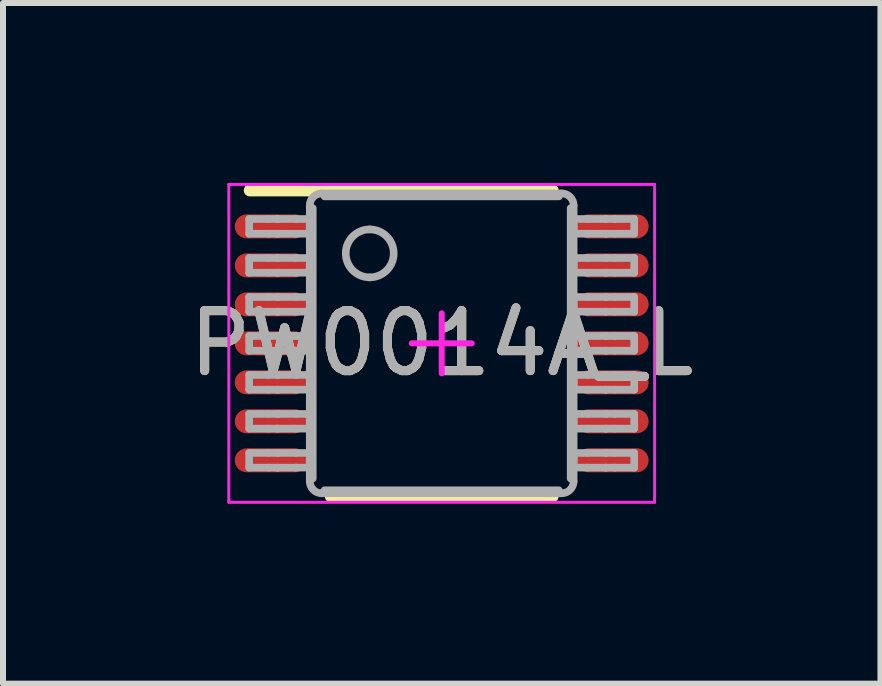
<source format=kicad_pcb>
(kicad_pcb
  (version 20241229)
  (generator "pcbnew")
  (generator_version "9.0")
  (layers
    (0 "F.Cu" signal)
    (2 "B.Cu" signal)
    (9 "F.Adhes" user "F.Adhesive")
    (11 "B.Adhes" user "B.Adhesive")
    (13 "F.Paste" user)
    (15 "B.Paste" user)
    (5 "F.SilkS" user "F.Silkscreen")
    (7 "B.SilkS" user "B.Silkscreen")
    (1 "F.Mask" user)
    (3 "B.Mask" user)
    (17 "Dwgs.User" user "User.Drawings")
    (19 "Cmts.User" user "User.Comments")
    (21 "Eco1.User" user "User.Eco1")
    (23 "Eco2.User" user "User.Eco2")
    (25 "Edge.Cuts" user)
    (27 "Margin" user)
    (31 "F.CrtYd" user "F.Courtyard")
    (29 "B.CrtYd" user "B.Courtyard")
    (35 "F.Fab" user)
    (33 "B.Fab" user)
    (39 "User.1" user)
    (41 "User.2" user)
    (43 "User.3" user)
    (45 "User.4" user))
  (footprint "PW0014A_L"
    (layer "F.Cu")
    (at 4.315 2.675)
    (property "Reference" "PW0014A_L" (at 0 0 0) (unlocked yes) (layer "F.SilkS") (effects (font (size 1 1) (thickness 0.15))))
    (attr smd)
    (fp_line (start -3.2 -2.55) (end 1.85 -2.55) (stroke (width 0.2) (type solid)) (layer "F.SilkS"))
    (fp_line (start -1.85 2.55) (end 1.85 2.55) (stroke (width 0.2) (type solid)) (layer "F.SilkS"))
    (fp_line (start -3.55 -2.65) (end 3.55 -2.65) (stroke (width 0.05) (type solid)) (layer "F.CrtYd"))
    (fp_line (start -3.55 2.65) (end -3.55 -2.65) (stroke (width 0.05) (type solid)) (layer "F.CrtYd"))
    (fp_line (start -3.55 2.65) (end 3.55 2.65) (stroke (width 0.05) (type solid)) (layer "F.CrtYd"))
    (fp_line (start -0.5 0) (end 0.5 0) (stroke (width 0.1) (type solid)) (layer "F.CrtYd"))
    (fp_line (start 0 0.5) (end 0 -0.5) (stroke (width 0.1) (type solid)) (layer "F.CrtYd"))
    (fp_line (start 3.55 2.65) (end 3.55 -2.65) (stroke (width 0.05) (type solid)) (layer "F.CrtYd"))
    (fp_line (start -3.21 -2.073) (end -2.887 -2.073) (stroke (width 0.127) (type solid)) (layer "F.Fab"))
    (fp_line (start -3.21 -1.828) (end -3.21 -2.073) (stroke (width 0.127) (type solid)) (layer "F.Fab"))
    (fp_line (start -3.21 -1.828) (end -2.887 -1.828) (stroke (width 0.127) (type solid)) (layer "F.Fab"))
    (fp_line (start -3.21 -1.423) (end -2.887 -1.423) (stroke (width 0.127) (type solid)) (layer "F.Fab"))
    (fp_line (start -3.21 -1.178) (end -3.21 -1.423) (stroke (width 0.127) (type solid)) (layer "F.Fab"))
    (fp_line (start -3.21 -1.178) (end -2.887 -1.178) (stroke (width 0.127) (type solid)) (layer "F.Fab"))
    (fp_line (start -3.21 -0.773) (end -2.887 -0.773) (stroke (width 0.127) (type solid)) (layer "F.Fab"))
    (fp_line (start -3.21 -0.528) (end -3.21 -0.773) (stroke (width 0.127) (type solid)) (layer "F.Fab"))
    (fp_line (start -3.21 -0.528) (end -2.887 -0.528) (stroke (width 0.127) (type solid)) (layer "F.Fab"))
    (fp_line (start -3.21 -0.123) (end -2.887 -0.123) (stroke (width 0.127) (type solid)) (layer "F.Fab"))
    (fp_line (start -3.21 0.122) (end -3.21 -0.123) (stroke (width 0.127) (type solid)) (layer "F.Fab"))
    (fp_line (start -3.21 0.122) (end -2.887 0.122) (stroke (width 0.127) (type solid)) (layer "F.Fab"))
    (fp_line (start -3.21 0.527) (end -2.887 0.527) (stroke (width 0.127) (type solid)) (layer "F.Fab"))
    (fp_line (start -3.21 0.772) (end -3.21 0.527) (stroke (width 0.127) (type solid)) (layer "F.Fab"))
    (fp_line (start -3.21 0.772) (end -2.887 0.772) (stroke (width 0.127) (type solid)) (layer "F.Fab"))
    (fp_line (start -3.21 1.177) (end -2.887 1.177) (stroke (width 0.127) (type solid)) (layer "F.Fab"))
    (fp_line (start -3.21 1.422) (end -3.21 1.177) (stroke (width 0.127) (type solid)) (layer "F.Fab"))
    (fp_line (start -3.21 1.422) (end -2.887 1.422) (stroke (width 0.127) (type solid)) (layer "F.Fab"))
    (fp_line (start -3.21 1.827) (end -2.887 1.827) (stroke (width 0.127) (type solid)) (layer "F.Fab"))
    (fp_line (start -3.21 2.072) (end -3.21 1.827) (stroke (width 0.127) (type solid)) (layer "F.Fab"))
    (fp_line (start -3.21 2.072) (end -2.887 2.072) (stroke (width 0.127) (type solid)) (layer "F.Fab"))
    (fp_line (start -2.887 -2.073) (end -2.739 -2.073) (stroke (width 0.127) (type solid)) (layer "F.Fab"))
    (fp_line (start -2.887 -1.828) (end -2.739 -1.828) (stroke (width 0.127) (type solid)) (layer "F.Fab"))
    (fp_line (start -2.887 -1.423) (end -2.739 -1.423) (stroke (width 0.127) (type solid)) (layer "F.Fab"))
    (fp_line (start -2.887 -1.178) (end -2.739 -1.178) (stroke (width 0.127) (type solid)) (layer "F.Fab"))
    (fp_line (start -2.887 -0.773) (end -2.739 -0.773) (stroke (width 0.127) (type solid)) (layer "F.Fab"))
    (fp_line (start -2.887 -0.528) (end -2.739 -0.528) (stroke (width 0.127) (type solid)) (layer "F.Fab"))
    (fp_line (start -2.887 -0.123) (end -2.739 -0.123) (stroke (width 0.127) (type solid)) (layer "F.Fab"))
    (fp_line (start -2.887 0.122) (end -2.739 0.122) (stroke (width 0.127) (type solid)) (layer "F.Fab"))
    (fp_line (start -2.887 0.527) (end -2.739 0.527) (stroke (width 0.127) (type solid)) (layer "F.Fab"))
    (fp_line (start -2.887 0.772) (end -2.739 0.772) (stroke (width 0.127) (type solid)) (layer "F.Fab"))
    (fp_line (start -2.887 1.177) (end -2.739 1.177) (stroke (width 0.127) (type solid)) (layer "F.Fab"))
    (fp_line (start -2.887 1.422) (end -2.739 1.422) (stroke (width 0.127) (type solid)) (layer "F.Fab"))
    (fp_line (start -2.887 1.827) (end -2.739 1.827) (stroke (width 0.127) (type solid)) (layer "F.Fab"))
    (fp_line (start -2.887 2.072) (end -2.739 2.072) (stroke (width 0.127) (type solid)) (layer "F.Fab"))
    (fp_line (start -2.739 -2.073) (end -2.733 -2.073) (stroke (width 0.127) (type solid)) (layer "F.Fab"))
    (fp_line (start -2.739 -1.828) (end -2.733 -1.828) (stroke (width 0.127) (type solid)) (layer "F.Fab"))
    (fp_line (start -2.739 -1.423) (end -2.733 -1.423) (stroke (width 0.127) (type solid)) (layer "F.Fab"))
    (fp_line (start -2.739 -1.178) (end -2.733 -1.178) (stroke (width 0.127) (type solid)) (layer "F.Fab"))
    (fp_line (start -2.739 -0.773) (end -2.733 -0.773) (stroke (width 0.127) (type solid)) (layer "F.Fab"))
    (fp_line (start -2.739 -0.528) (end -2.733 -0.528) (stroke (width 0.127) (type solid)) (layer "F.Fab"))
    (fp_line (start -2.739 -0.123) (end -2.733 -0.123) (stroke (width 0.127) (type solid)) (layer "F.Fab"))
    (fp_line (start -2.739 0.122) (end -2.733 0.122) (stroke (width 0.127) (type solid)) (layer "F.Fab"))
    (fp_line (start -2.739 0.527) (end -2.733 0.527) (stroke (width 0.127) (type solid)) (layer "F.Fab"))
    (fp_line (start -2.739 0.772) (end -2.733 0.772) (stroke (width 0.127) (type solid)) (layer "F.Fab"))
    (fp_line (start -2.739 1.177) (end -2.733 1.177) (stroke (width 0.127) (type solid)) (layer "F.Fab"))
    (fp_line (start -2.739 1.422) (end -2.733 1.422) (stroke (width 0.127) (type solid)) (layer "F.Fab"))
    (fp_line (start -2.739 1.827) (end -2.733 1.827) (stroke (width 0.127) (type solid)) (layer "F.Fab"))
    (fp_line (start -2.739 2.072) (end -2.733 2.072) (stroke (width 0.127) (type solid)) (layer "F.Fab"))
    (fp_line (start -2.733 -2.073) (end -2.431 -2.073) (stroke (width 0.127) (type solid)) (layer "F.Fab"))
    (fp_line (start -2.733 -1.828) (end -2.431 -1.828) (stroke (width 0.127) (type solid)) (layer "F.Fab"))
    (fp_line (start -2.733 -1.423) (end -2.431 -1.423) (stroke (width 0.127) (type solid)) (layer "F.Fab"))
    (fp_line (start -2.733 -1.178) (end -2.431 -1.178) (stroke (width 0.127) (type solid)) (layer "F.Fab"))
    (fp_line (start -2.733 -0.773) (end -2.431 -0.773) (stroke (width 0.127) (type solid)) (layer "F.Fab"))
    (fp_line (start -2.733 -0.528) (end -2.431 -0.528) (stroke (width 0.127) (type solid)) (layer "F.Fab"))
    (fp_line (start -2.733 -0.123) (end -2.431 -0.123) (stroke (width 0.127) (type solid)) (layer "F.Fab"))
    (fp_line (start -2.733 0.122) (end -2.431 0.122) (stroke (width 0.127) (type solid)) (layer "F.Fab"))
    (fp_line (start -2.733 0.527) (end -2.431 0.527) (stroke (width 0.127) (type solid)) (layer "F.Fab"))
    (fp_line (start -2.733 0.772) (end -2.431 0.772) (stroke (width 0.127) (type solid)) (layer "F.Fab"))
    (fp_line (start -2.733 1.177) (end -2.431 1.177) (stroke (width 0.127) (type solid)) (layer "F.Fab"))
    (fp_line (start -2.733 1.422) (end -2.431 1.422) (stroke (width 0.127) (type solid)) (layer "F.Fab"))
    (fp_line (start -2.733 1.827) (end -2.431 1.827) (stroke (width 0.127) (type solid)) (layer "F.Fab"))
    (fp_line (start -2.733 2.072) (end -2.431 2.072) (stroke (width 0.127) (type solid)) (layer "F.Fab"))
    (fp_line (start -2.431 -2.073) (end -2.2 -2.073) (stroke (width 0.127) (type solid)) (layer "F.Fab"))
    (fp_line (start -2.431 -1.828) (end -2.2 -1.828) (stroke (width 0.127) (type solid)) (layer "F.Fab"))
    (fp_line (start -2.431 -1.423) (end -2.2 -1.423) (stroke (width 0.127) (type solid)) (layer "F.Fab"))
    (fp_line (start -2.431 -1.178) (end -2.2 -1.178) (stroke (width 0.127) (type solid)) (layer "F.Fab"))
    (fp_line (start -2.431 -0.773) (end -2.2 -0.773) (stroke (width 0.127) (type solid)) (layer "F.Fab"))
    (fp_line (start -2.431 -0.528) (end -2.2 -0.528) (stroke (width 0.127) (type solid)) (layer "F.Fab"))
    (fp_line (start -2.431 -0.123) (end -2.2 -0.123) (stroke (width 0.127) (type solid)) (layer "F.Fab"))
    (fp_line (start -2.431 0.122) (end -2.2 0.122) (stroke (width 0.127) (type solid)) (layer "F.Fab"))
    (fp_line (start -2.431 0.527) (end -2.2 0.527) (stroke (width 0.127) (type solid)) (layer "F.Fab"))
    (fp_line (start -2.431 0.772) (end -2.2 0.772) (stroke (width 0.127) (type solid)) (layer "F.Fab"))
    (fp_line (start -2.431 1.177) (end -2.2 1.177) (stroke (width 0.127) (type solid)) (layer "F.Fab"))
    (fp_line (start -2.431 1.422) (end -2.2 1.422) (stroke (width 0.127) (type solid)) (layer "F.Fab"))
    (fp_line (start -2.431 1.827) (end -2.2 1.827) (stroke (width 0.127) (type solid)) (layer "F.Fab"))
    (fp_line (start -2.431 2.072) (end -2.2 2.072) (stroke (width 0.127) (type solid)) (layer "F.Fab"))
    (fp_line (start -2.2 -1.828) (end -2.2 -2.073) (stroke (width 0.127) (type solid)) (layer "F.Fab"))
    (fp_line (start -2.2 -1.178) (end -2.2 -1.423) (stroke (width 0.127) (type solid)) (layer "F.Fab"))
    (fp_line (start -2.2 -0.528) (end -2.2 -0.773) (stroke (width 0.127) (type solid)) (layer "F.Fab"))
    (fp_line (start -2.2 0.122) (end -2.2 -0.123) (stroke (width 0.127) (type solid)) (layer "F.Fab"))
    (fp_line (start -2.2 0.772) (end -2.2 0.527) (stroke (width 0.127) (type solid)) (layer "F.Fab"))
    (fp_line (start -2.2 1.422) (end -2.2 1.177) (stroke (width 0.127) (type solid)) (layer "F.Fab"))
    (fp_line (start -2.2 2.072) (end -2.2 1.827) (stroke (width 0.127) (type solid)) (layer "F.Fab"))
    (fp_line (start -2.2 2.3) (end -2.2 -2.3) (stroke (width 0.127) (type solid)) (layer "F.Fab"))
    (fp_line (start -2.15 2.254) (end -2.15 -2.254) (stroke (width 0.127) (type solid)) (layer "F.Fab"))
    (fp_line (start -2 -2.5) (end 2 -2.5) (stroke (width 0.127) (type solid)) (layer "F.Fab"))
    (fp_line (start -2 2.5) (end 2 2.5) (stroke (width 0.127) (type solid)) (layer "F.Fab"))
    (fp_line (start -1.954 -2.45) (end 1.954 -2.45) (stroke (width 0.127) (type solid)) (layer "F.Fab"))
    (fp_line (start -1.954 2.45) (end 1.954 2.45) (stroke (width 0.127) (type solid)) (layer "F.Fab"))
    (fp_line (start 2.15 2.254) (end 2.15 -2.254) (stroke (width 0.127) (type solid)) (layer "F.Fab"))
    (fp_line (start 2.2 -2.073) (end 2.43 -2.073) (stroke (width 0.127) (type solid)) (layer "F.Fab"))
    (fp_line (start 2.2 -1.828) (end 2.2 -2.073) (stroke (width 0.127) (type solid)) (layer "F.Fab"))
    (fp_line (start 2.2 -1.828) (end 2.43 -1.828) (stroke (width 0.127) (type solid)) (layer "F.Fab"))
    (fp_line (start 2.2 -1.423) (end 2.43 -1.423) (stroke (width 0.127) (type solid)) (layer "F.Fab"))
    (fp_line (start 2.2 -1.178) (end 2.2 -1.423) (stroke (width 0.127) (type solid)) (layer "F.Fab"))
    (fp_line (start 2.2 -1.178) (end 2.43 -1.178) (stroke (width 0.127) (type solid)) (layer "F.Fab"))
    (fp_line (start 2.2 -0.773) (end 2.43 -0.773) (stroke (width 0.127) (type solid)) (layer "F.Fab"))
    (fp_line (start 2.2 -0.528) (end 2.2 -0.773) (stroke (width 0.127) (type solid)) (layer "F.Fab"))
    (fp_line (start 2.2 -0.528) (end 2.43 -0.528) (stroke (width 0.127) (type solid)) (layer "F.Fab"))
    (fp_line (start 2.2 -0.123) (end 2.43 -0.123) (stroke (width 0.127) (type solid)) (layer "F.Fab"))
    (fp_line (start 2.2 0.122) (end 2.2 -0.123) (stroke (width 0.127) (type solid)) (layer "F.Fab"))
    (fp_line (start 2.2 0.122) (end 2.43 0.122) (stroke (width 0.127) (type solid)) (layer "F.Fab"))
    (fp_line (start 2.2 0.527) (end 2.43 0.527) (stroke (width 0.127) (type solid)) (layer "F.Fab"))
    (fp_line (start 2.2 0.772) (end 2.2 0.527) (stroke (width 0.127) (type solid)) (layer "F.Fab"))
    (fp_line (start 2.2 0.772) (end 2.43 0.772) (stroke (width 0.127) (type solid)) (layer "F.Fab"))
    (fp_line (start 2.2 1.177) (end 2.43 1.177) (stroke (width 0.127) (type solid)) (layer "F.Fab"))
    (fp_line (start 2.2 1.422) (end 2.2 1.177) (stroke (width 0.127) (type solid)) (layer "F.Fab"))
    (fp_line (start 2.2 1.422) (end 2.43 1.422) (stroke (width 0.127) (type solid)) (layer "F.Fab"))
    (fp_line (start 2.2 1.827) (end 2.43 1.827) (stroke (width 0.127) (type solid)) (layer "F.Fab"))
    (fp_line (start 2.2 2.072) (end 2.2 1.827) (stroke (width 0.127) (type solid)) (layer "F.Fab"))
    (fp_line (start 2.2 2.072) (end 2.43 2.072) (stroke (width 0.127) (type solid)) (layer "F.Fab"))
    (fp_line (start 2.2 2.3) (end 2.2 -2.3) (stroke (width 0.127) (type solid)) (layer "F.Fab"))
    (fp_line (start 2.43 -2.073) (end 2.733 -2.073) (stroke (width 0.127) (type solid)) (layer "F.Fab"))
    (fp_line (start 2.43 -1.828) (end 2.733 -1.828) (stroke (width 0.127) (type solid)) (layer "F.Fab"))
    (fp_line (start 2.43 -1.423) (end 2.733 -1.423) (stroke (width 0.127) (type solid)) (layer "F.Fab"))
    (fp_line (start 2.43 -1.178) (end 2.733 -1.178) (stroke (width 0.127) (type solid)) (layer "F.Fab"))
    (fp_line (start 2.43 -0.773) (end 2.733 -0.773) (stroke (width 0.127) (type solid)) (layer "F.Fab"))
    (fp_line (start 2.43 -0.528) (end 2.733 -0.528) (stroke (width 0.127) (type solid)) (layer "F.Fab"))
    (fp_line (start 2.43 -0.123) (end 2.733 -0.123) (stroke (width 0.127) (type solid)) (layer "F.Fab"))
    (fp_line (start 2.43 0.122) (end 2.733 0.122) (stroke (width 0.127) (type solid)) (layer "F.Fab"))
    (fp_line (start 2.43 0.527) (end 2.733 0.527) (stroke (width 0.127) (type solid)) (layer "F.Fab"))
    (fp_line (start 2.43 0.772) (end 2.733 0.772) (stroke (width 0.127) (type solid)) (layer "F.Fab"))
    (fp_line (start 2.43 1.177) (end 2.733 1.177) (stroke (width 0.127) (type solid)) (layer "F.Fab"))
    (fp_line (start 2.43 1.422) (end 2.733 1.422) (stroke (width 0.127) (type solid)) (layer "F.Fab"))
    (fp_line (start 2.43 1.827) (end 2.733 1.827) (stroke (width 0.127) (type solid)) (layer "F.Fab"))
    (fp_line (start 2.43 2.072) (end 2.733 2.072) (stroke (width 0.127) (type solid)) (layer "F.Fab"))
    (fp_line (start 2.733 -2.073) (end 2.739 -2.073) (stroke (width 0.127) (type solid)) (layer "F.Fab"))
    (fp_line (start 2.733 -1.828) (end 2.739 -1.828) (stroke (width 0.127) (type solid)) (layer "F.Fab"))
    (fp_line (start 2.733 -1.423) (end 2.739 -1.423) (stroke (width 0.127) (type solid)) (layer "F.Fab"))
    (fp_line (start 2.733 -1.178) (end 2.739 -1.178) (stroke (width 0.127) (type solid)) (layer "F.Fab"))
    (fp_line (start 2.733 -0.773) (end 2.739 -0.773) (stroke (width 0.127) (type solid)) (layer "F.Fab"))
    (fp_line (start 2.733 -0.528) (end 2.739 -0.528) (stroke (width 0.127) (type solid)) (layer "F.Fab"))
    (fp_line (start 2.733 -0.123) (end 2.739 -0.123) (stroke (width 0.127) (type solid)) (layer "F.Fab"))
    (fp_line (start 2.733 0.122) (end 2.739 0.122) (stroke (width 0.127) (type solid)) (layer "F.Fab"))
    (fp_line (start 2.733 0.527) (end 2.739 0.527) (stroke (width 0.127) (type solid)) (layer "F.Fab"))
    (fp_line (start 2.733 0.772) (end 2.739 0.772) (stroke (width 0.127) (type solid)) (layer "F.Fab"))
    (fp_line (start 2.733 1.177) (end 2.739 1.177) (stroke (width 0.127) (type solid)) (layer "F.Fab"))
    (fp_line (start 2.733 1.422) (end 2.739 1.422) (stroke (width 0.127) (type solid)) (layer "F.Fab"))
    (fp_line (start 2.733 1.827) (end 2.739 1.827) (stroke (width 0.127) (type solid)) (layer "F.Fab"))
    (fp_line (start 2.733 2.072) (end 2.739 2.072) (stroke (width 0.127) (type solid)) (layer "F.Fab"))
    (fp_line (start 2.739 -2.073) (end 2.887 -2.073) (stroke (width 0.127) (type solid)) (layer "F.Fab"))
    (fp_line (start 2.739 -1.828) (end 2.887 -1.828) (stroke (width 0.127) (type solid)) (layer "F.Fab"))
    (fp_line (start 2.739 -1.423) (end 2.887 -1.423) (stroke (width 0.127) (type solid)) (layer "F.Fab"))
    (fp_line (start 2.739 -1.178) (end 2.887 -1.178) (stroke (width 0.127) (type solid)) (layer "F.Fab"))
    (fp_line (start 2.739 -0.773) (end 2.887 -0.773) (stroke (width 0.127) (type solid)) (layer "F.Fab"))
    (fp_line (start 2.739 -0.528) (end 2.887 -0.528) (stroke (width 0.127) (type solid)) (layer "F.Fab"))
    (fp_line (start 2.739 -0.123) (end 2.887 -0.123) (stroke (width 0.127) (type solid)) (layer "F.Fab"))
    (fp_line (start 2.739 0.122) (end 2.887 0.122) (stroke (width 0.127) (type solid)) (layer "F.Fab"))
    (fp_line (start 2.739 0.527) (end 2.887 0.527) (stroke (width 0.127) (type solid)) (layer "F.Fab"))
    (fp_line (start 2.739 0.772) (end 2.887 0.772) (stroke (width 0.127) (type solid)) (layer "F.Fab"))
    (fp_line (start 2.739 1.177) (end 2.887 1.177) (stroke (width 0.127) (type solid)) (layer "F.Fab"))
    (fp_line (start 2.739 1.422) (end 2.887 1.422) (stroke (width 0.127) (type solid)) (layer "F.Fab"))
    (fp_line (start 2.739 1.827) (end 2.887 1.827) (stroke (width 0.127) (type solid)) (layer "F.Fab"))
    (fp_line (start 2.739 2.072) (end 2.887 2.072) (stroke (width 0.127) (type solid)) (layer "F.Fab"))
    (fp_line (start 2.887 -2.073) (end 3.21 -2.073) (stroke (width 0.127) (type solid)) (layer "F.Fab"))
    (fp_line (start 2.887 -1.828) (end 3.21 -1.828) (stroke (width 0.127) (type solid)) (layer "F.Fab"))
    (fp_line (start 2.887 -1.423) (end 3.21 -1.423) (stroke (width 0.127) (type solid)) (layer "F.Fab"))
    (fp_line (start 2.887 -1.178) (end 3.21 -1.178) (stroke (width 0.127) (type solid)) (layer "F.Fab"))
    (fp_line (start 2.887 -0.773) (end 3.21 -0.773) (stroke (width 0.127) (type solid)) (layer "F.Fab"))
    (fp_line (start 2.887 -0.528) (end 3.21 -0.528) (stroke (width 0.127) (type solid)) (layer "F.Fab"))
    (fp_line (start 2.887 -0.123) (end 3.21 -0.123) (stroke (width 0.127) (type solid)) (layer "F.Fab"))
    (fp_line (start 2.887 0.122) (end 3.21 0.122) (stroke (width 0.127) (type solid)) (layer "F.Fab"))
    (fp_line (start 2.887 0.527) (end 3.21 0.527) (stroke (width 0.127) (type solid)) (layer "F.Fab"))
    (fp_line (start 2.887 0.772) (end 3.21 0.772) (stroke (width 0.127) (type solid)) (layer "F.Fab"))
    (fp_line (start 2.887 1.177) (end 3.21 1.177) (stroke (width 0.127) (type solid)) (layer "F.Fab"))
    (fp_line (start 2.887 1.422) (end 3.21 1.422) (stroke (width 0.127) (type solid)) (layer "F.Fab"))
    (fp_line (start 2.887 1.827) (end 3.21 1.827) (stroke (width 0.127) (type solid)) (layer "F.Fab"))
    (fp_line (start 2.887 2.072) (end 3.21 2.072) (stroke (width 0.127) (type solid)) (layer "F.Fab"))
    (fp_line (start 3.21 -1.828) (end 3.21 -2.073) (stroke (width 0.127) (type solid)) (layer "F.Fab"))
    (fp_line (start 3.21 -1.178) (end 3.21 -1.423) (stroke (width 0.127) (type solid)) (layer "F.Fab"))
    (fp_line (start 3.21 -0.528) (end 3.21 -0.773) (stroke (width 0.127) (type solid)) (layer "F.Fab"))
    (fp_line (start 3.21 0.122) (end 3.21 -0.123) (stroke (width 0.127) (type solid)) (layer "F.Fab"))
    (fp_line (start 3.21 0.772) (end 3.21 0.527) (stroke (width 0.127) (type solid)) (layer "F.Fab"))
    (fp_line (start 3.21 1.422) (end 3.21 1.177) (stroke (width 0.127) (type solid)) (layer "F.Fab"))
    (fp_line (start 3.21 2.072) (end 3.21 1.827) (stroke (width 0.127) (type solid)) (layer "F.Fab"))
    (fp_arc (start -2.200001 -2.3) (mid -2.141422 -2.441421) (end -2.000001 -2.5) (stroke (width 0.127) (type solid)) (layer "F.Fab"))
    (fp_arc (start -2.000001 2.49999) (mid -2.141422 2.441412) (end -2.200001 2.29999) (stroke (width 0.127) (type solid)) (layer "F.Fab"))
    (fp_arc (start -1.200003 -1.900001) (mid -0.800003 -1.500002) (end -1.200003 -1.100003) (stroke (width 0.127) (type solid)) (layer "F.Fab"))
    (fp_arc (start -1.200003 -1.100003) (mid -1.600002 -1.500002) (end -1.200003 -1.900001) (stroke (width 0.127) (type solid)) (layer "F.Fab"))
    (fp_arc (start 1.999991 -2.5) (mid 2.141412 -2.441422) (end 2.199991 -2.3) (stroke (width 0.127) (type solid)) (layer "F.Fab"))
    (fp_arc (start 2.199991 2.29999) (mid 2.141412 2.441411) (end 1.999991 2.49999) (stroke (width 0.127) (type solid)) (layer "F.Fab"))
    (fp_text user "${REFERENCE}" (at 0 0 0) (unlocked yes) (layer "F.Fab") (effects (font (size 1 1) (thickness 0.15))))
    (pad "1" smd oval (at -2.85 -1.95 90) (size 0.4 1.2) (layers "F.Cu" "F.Mask" "F.Paste"))
    (pad "2" smd oval (at -2.85 -1.3 90) (size 0.4 1.2) (layers "F.Cu" "F.Mask" "F.Paste"))
    (pad "3" smd oval (at -2.85 -0.65 90) (size 0.4 1.2) (layers "F.Cu" "F.Mask" "F.Paste"))
    (pad "4" smd oval (at -2.85 0 90) (size 0.4 1.2) (layers "F.Cu" "F.Mask" "F.Paste"))
    (pad "5" smd oval (at -2.85 0.65 90) (size 0.4 1.2) (layers "F.Cu" "F.Mask" "F.Paste"))
    (pad "6" smd oval (at -2.85 1.3 90) (size 0.4 1.2) (layers "F.Cu" "F.Mask" "F.Paste"))
    (pad "7" smd oval (at -2.85 1.95 90) (size 0.4 1.2) (layers "F.Cu" "F.Mask" "F.Paste"))
    (pad "8" smd oval (at 2.85 1.95 90) (size 0.4 1.2) (layers "F.Cu" "F.Mask" "F.Paste"))
    (pad "9" smd oval (at 2.85 1.3 90) (size 0.4 1.2) (layers "F.Cu" "F.Mask" "F.Paste"))
    (pad "10" smd oval (at 2.85 0.65 90) (size 0.4 1.2) (layers "F.Cu" "F.Mask" "F.Paste"))
    (pad "11" smd oval (at 2.85 0 90) (size 0.4 1.2) (layers "F.Cu" "F.Mask" "F.Paste"))
    (pad "12" smd oval (at 2.85 -0.65 90) (size 0.4 1.2) (layers "F.Cu" "F.Mask" "F.Paste"))
    (pad "13" smd oval (at 2.85 -1.3 90) (size 0.4 1.2) (layers "F.Cu" "F.Mask" "F.Paste"))
    (pad "14" smd oval (at 2.85 -1.95 90) (size 0.4 1.2) (layers "F.Cu" "F.Mask" "F.Paste")))
  (gr_rect
    (start -3 -3)
    (end 11.631 8.35)
    (stroke (width 0.1) (type default))
    (fill no)
    (layer "Edge.Cuts")))
</source>
